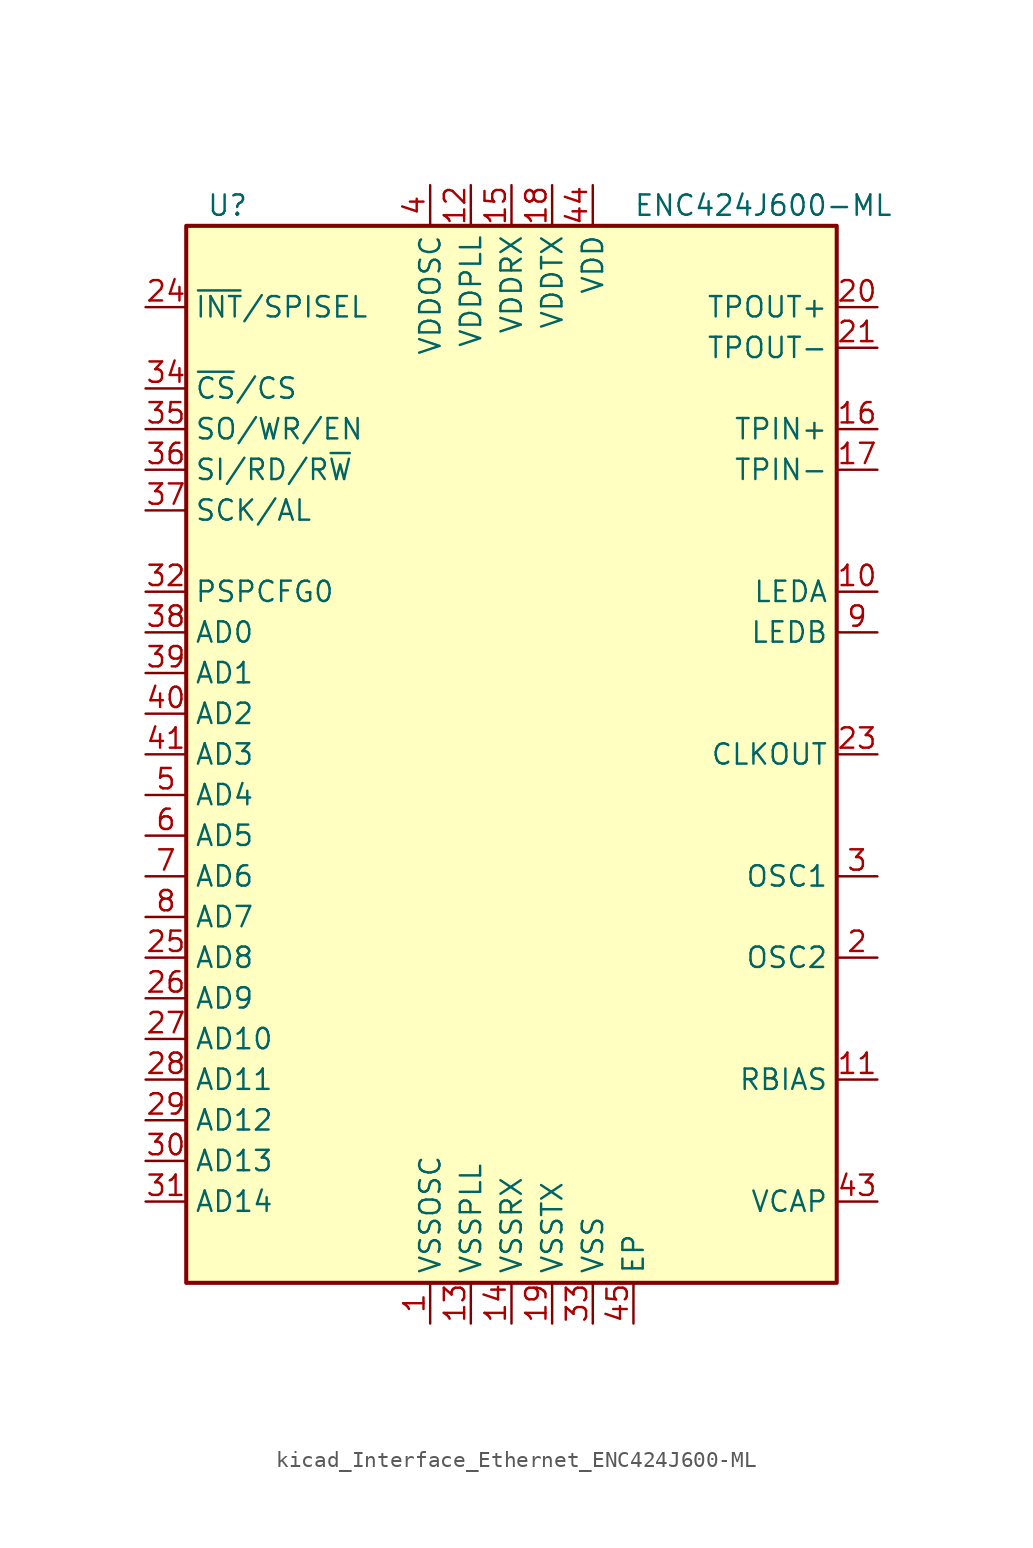
<source format=kicad_sym>
(kicad_symbol_lib
  (version 20220914)
  (generator kicad_symbol_editor)
  (symbol "kicad_Interface_Ethernet_ENC424J600-ML"
    (property "Reference" "U"
      (at -19.05 34.29 0)
      (effects (font (size 1.27 1.27)) (justify left)))
    (property "Value" "ENC424J600-ML"
      (at 7.62 34.29 0)
      (effects (font (size 1.27 1.27)) (justify left)))
    (symbol "kicad_Interface_Ethernet_ENC424J600-ML_0_1"
      (rectangle (start -20.32 33.02) (end 20.32 -33.02) (stroke (width 0.254) (type default)) (fill (type background))))
    (symbol "kicad_Interface_Ethernet_ENC424J600-ML_1_1"
      (pin power_in line (at -5.08 -35.56 90) (length 2.54) (name "VSSOSC" (effects (font (size 1.27 1.27)))) (number "1" (effects (font (size 1.27 1.27)))))
      (pin output line (at 22.86 10.16 180) (length 2.54) (name "LEDA" (effects (font (size 1.27 1.27)))) (number "10" (effects (font (size 1.27 1.27)))))
      (pin input line (at 22.86 -20.32 180) (length 2.54) (name "RBIAS" (effects (font (size 1.27 1.27)))) (number "11" (effects (font (size 1.27 1.27)))))
      (pin power_in line (at -2.54 35.56 270) (length 2.54) (name "VDDPLL" (effects (font (size 1.27 1.27)))) (number "12" (effects (font (size 1.27 1.27)))))
      (pin power_in line (at -2.54 -35.56 90) (length 2.54) (name "VSSPLL" (effects (font (size 1.27 1.27)))) (number "13" (effects (font (size 1.27 1.27)))))
      (pin power_in line (at 0 -35.56 90) (length 2.54) (name "VSSRX" (effects (font (size 1.27 1.27)))) (number "14" (effects (font (size 1.27 1.27)))))
      (pin power_in line (at 0 35.56 270) (length 2.54) (name "VDDRX" (effects (font (size 1.27 1.27)))) (number "15" (effects (font (size 1.27 1.27)))))
      (pin input line (at 22.86 20.32 180) (length 2.54) (name "TPIN+" (effects (font (size 1.27 1.27)))) (number "16" (effects (font (size 1.27 1.27)))))
      (pin input line (at 22.86 17.78 180) (length 2.54) (name "TPIN-" (effects (font (size 1.27 1.27)))) (number "17" (effects (font (size 1.27 1.27)))))
      (pin power_in line (at 2.54 35.56 270) (length 2.54) (name "VDDTX" (effects (font (size 1.27 1.27)))) (number "18" (effects (font (size 1.27 1.27)))))
      (pin power_in line (at 2.54 -35.56 90) (length 2.54) (name "VSSTX" (effects (font (size 1.27 1.27)))) (number "19" (effects (font (size 1.27 1.27)))))
      (pin output line (at 22.86 -12.7 180) (length 2.54) (name "OSC2" (effects (font (size 1.27 1.27)))) (number "2" (effects (font (size 1.27 1.27)))))
      (pin output line (at 22.86 27.94 180) (length 2.54) (name "TPOUT+" (effects (font (size 1.27 1.27)))) (number "20" (effects (font (size 1.27 1.27)))))
      (pin output line (at 22.86 25.4 180) (length 2.54) (name "TPOUT-" (effects (font (size 1.27 1.27)))) (number "21" (effects (font (size 1.27 1.27)))))
      (pin passive line (at 2.54 -35.56 90) (length 2.54) hide (name "VSSTX" (effects (font (size 1.27 1.27)))) (number "22" (effects (font (size 1.27 1.27)))))
      (pin output line (at 22.86 0 180) (length 2.54) (name "CLKOUT" (effects (font (size 1.27 1.27)))) (number "23" (effects (font (size 1.27 1.27)))))
      (pin bidirectional line (at -22.86 27.94 0) (length 2.54) (name "~{INT}/SPISEL" (effects (font (size 1.27 1.27)))) (number "24" (effects (font (size 1.27 1.27)))))
      (pin bidirectional line (at -22.86 -12.7 0) (length 2.54) (name "AD8" (effects (font (size 1.27 1.27)))) (number "25" (effects (font (size 1.27 1.27)))))
      (pin bidirectional line (at -22.86 -15.24 0) (length 2.54) (name "AD9" (effects (font (size 1.27 1.27)))) (number "26" (effects (font (size 1.27 1.27)))))
      (pin bidirectional line (at -22.86 -17.78 0) (length 2.54) (name "AD10" (effects (font (size 1.27 1.27)))) (number "27" (effects (font (size 1.27 1.27)))))
      (pin bidirectional line (at -22.86 -20.32 0) (length 2.54) (name "AD11" (effects (font (size 1.27 1.27)))) (number "28" (effects (font (size 1.27 1.27)))))
      (pin bidirectional line (at -22.86 -22.86 0) (length 2.54) (name "AD12" (effects (font (size 1.27 1.27)))) (number "29" (effects (font (size 1.27 1.27)))))
      (pin input line (at 22.86 -7.62 180) (length 2.54) (name "OSC1" (effects (font (size 1.27 1.27)))) (number "3" (effects (font (size 1.27 1.27)))))
      (pin bidirectional line (at -22.86 -25.4 0) (length 2.54) (name "AD13" (effects (font (size 1.27 1.27)))) (number "30" (effects (font (size 1.27 1.27)))))
      (pin bidirectional line (at -22.86 -27.94 0) (length 2.54) (name "AD14" (effects (font (size 1.27 1.27)))) (number "31" (effects (font (size 1.27 1.27)))))
      (pin input line (at -22.86 10.16 0) (length 2.54) (name "PSPCFG0" (effects (font (size 1.27 1.27)))) (number "32" (effects (font (size 1.27 1.27)))))
      (pin power_in line (at 5.08 -35.56 90) (length 2.54) (name "VSS" (effects (font (size 1.27 1.27)))) (number "33" (effects (font (size 1.27 1.27)))))
      (pin input line (at -22.86 22.86 0) (length 2.54) (name "~{CS}/CS" (effects (font (size 1.27 1.27)))) (number "34" (effects (font (size 1.27 1.27)))))
      (pin bidirectional line (at -22.86 20.32 0) (length 2.54) (name "SO/WR/EN" (effects (font (size 1.27 1.27)))) (number "35" (effects (font (size 1.27 1.27)))))
      (pin input line (at -22.86 17.78 0) (length 2.54) (name "SI/RD/R~{W}" (effects (font (size 1.27 1.27)))) (number "36" (effects (font (size 1.27 1.27)))))
      (pin input line (at -22.86 15.24 0) (length 2.54) (name "SCK/AL" (effects (font (size 1.27 1.27)))) (number "37" (effects (font (size 1.27 1.27)))))
      (pin bidirectional line (at -22.86 7.62 0) (length 2.54) (name "AD0" (effects (font (size 1.27 1.27)))) (number "38" (effects (font (size 1.27 1.27)))))
      (pin input line (at -22.86 5.08 0) (length 2.54) (name "AD1" (effects (font (size 1.27 1.27)))) (number "39" (effects (font (size 1.27 1.27)))))
      (pin power_in line (at -5.08 35.56 270) (length 2.54) (name "VDDOSC" (effects (font (size 1.27 1.27)))) (number "4" (effects (font (size 1.27 1.27)))))
      (pin bidirectional line (at -22.86 2.54 0) (length 2.54) (name "AD2" (effects (font (size 1.27 1.27)))) (number "40" (effects (font (size 1.27 1.27)))))
      (pin bidirectional line (at -22.86 0 0) (length 2.54) (name "AD3" (effects (font (size 1.27 1.27)))) (number "41" (effects (font (size 1.27 1.27)))))
      (pin passive line (at 5.08 -35.56 90) (length 2.54) hide (name "VSS" (effects (font (size 1.27 1.27)))) (number "42" (effects (font (size 1.27 1.27)))))
      (pin input line (at 22.86 -27.94 180) (length 2.54) (name "VCAP" (effects (font (size 1.27 1.27)))) (number "43" (effects (font (size 1.27 1.27)))))
      (pin power_in line (at 5.08 35.56 270) (length 2.54) (name "VDD" (effects (font (size 1.27 1.27)))) (number "44" (effects (font (size 1.27 1.27)))))
      (pin power_in line (at 7.62 -35.56 90) (length 2.54) (name "EP" (effects (font (size 1.27 1.27)))) (number "45" (effects (font (size 1.27 1.27)))))
      (pin bidirectional line (at -22.86 -2.54 0) (length 2.54) (name "AD4" (effects (font (size 1.27 1.27)))) (number "5" (effects (font (size 1.27 1.27)))))
      (pin bidirectional line (at -22.86 -5.08 0) (length 2.54) (name "AD5" (effects (font (size 1.27 1.27)))) (number "6" (effects (font (size 1.27 1.27)))))
      (pin bidirectional line (at -22.86 -7.62 0) (length 2.54) (name "AD6" (effects (font (size 1.27 1.27)))) (number "7" (effects (font (size 1.27 1.27)))))
      (pin bidirectional line (at -22.86 -10.16 0) (length 2.54) (name "AD7" (effects (font (size 1.27 1.27)))) (number "8" (effects (font (size 1.27 1.27)))))
      (pin output line (at 22.86 7.62 180) (length 2.54) (name "LEDB" (effects (font (size 1.27 1.27)))) (number "9" (effects (font (size 1.27 1.27))))))))
</source>
